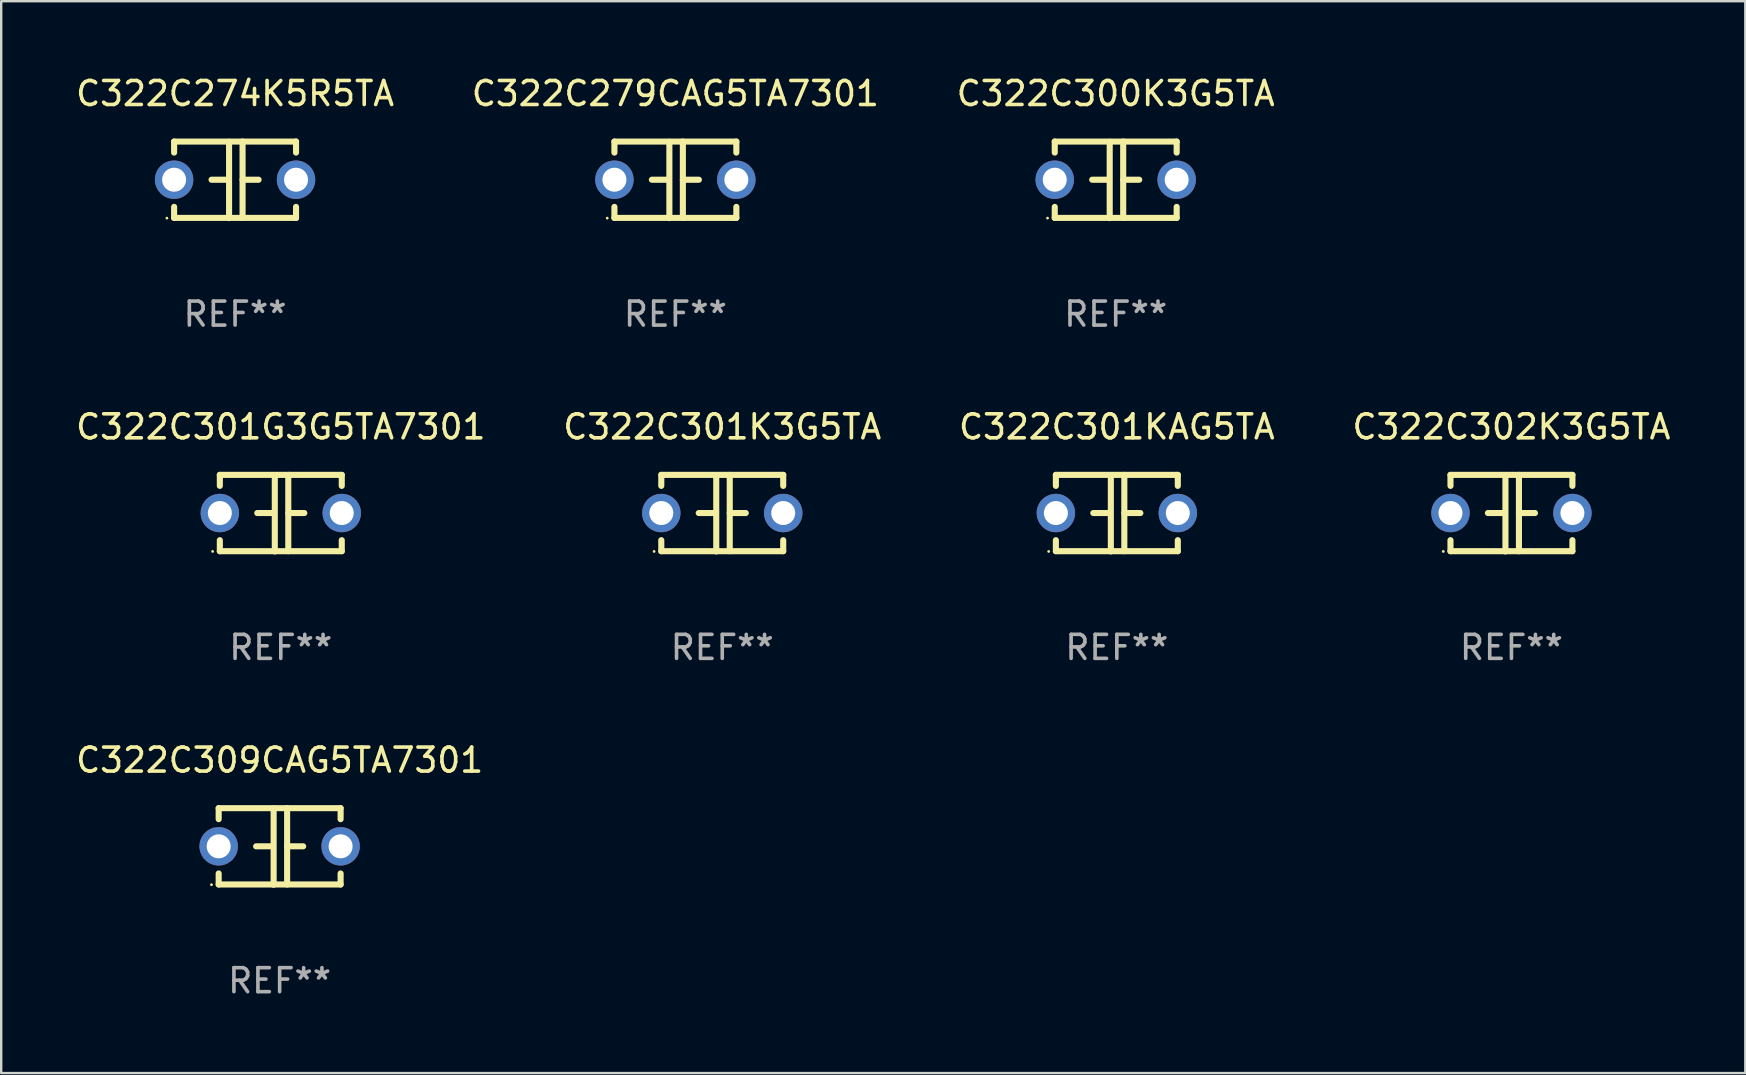
<source format=kicad_pcb>
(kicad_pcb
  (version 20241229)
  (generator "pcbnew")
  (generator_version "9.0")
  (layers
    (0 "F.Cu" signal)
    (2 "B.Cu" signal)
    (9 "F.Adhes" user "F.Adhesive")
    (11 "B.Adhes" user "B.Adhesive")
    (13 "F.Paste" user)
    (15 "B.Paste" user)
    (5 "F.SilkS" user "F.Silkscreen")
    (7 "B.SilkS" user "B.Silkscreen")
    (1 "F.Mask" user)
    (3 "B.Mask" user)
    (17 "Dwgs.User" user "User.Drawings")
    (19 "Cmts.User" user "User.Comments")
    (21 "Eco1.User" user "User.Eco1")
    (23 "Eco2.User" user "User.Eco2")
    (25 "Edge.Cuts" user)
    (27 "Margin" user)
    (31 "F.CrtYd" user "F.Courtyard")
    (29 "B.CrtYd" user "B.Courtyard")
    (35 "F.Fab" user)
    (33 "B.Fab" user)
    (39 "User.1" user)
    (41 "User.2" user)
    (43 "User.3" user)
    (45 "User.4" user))
  (footprint "C322C302K3G5TA"
    (layer "F.Cu")
    (at 59.923 18.33)
    (property "Reference" "C322C302K3G5TA" (at 0 -3.595 0) (layer "F.SilkS") (effects (font (size 1 1) (thickness 0.15))))
    (attr through_hole)
    (fp_line (start -2.54 -1.595) (end -2.54 -1.136) (stroke (width 0.254) (type solid)) (layer "F.SilkS"))
    (fp_line (start -2.54 -1.595) (end 2.54 -1.595) (stroke (width 0.254) (type solid)) (layer "F.SilkS"))
    (fp_line (start -2.54 1.126) (end -2.54 1.585) (stroke (width 0.254) (type solid)) (layer "F.SilkS"))
    (fp_line (start -0.312 -0.005) (end -0.98 -0.005) (stroke (width 0.254) (type solid)) (layer "F.SilkS"))
    (fp_line (start -0.25 -1.585) (end -0.25 1.595) (stroke (width 0.254) (type solid)) (layer "F.SilkS"))
    (fp_line (start 0.312 -1.595) (end 0.312 1.585) (stroke (width 0.254) (type solid)) (layer "F.SilkS"))
    (fp_line (start 0.312 -0.005) (end 0.98 -0.005) (stroke (width 0.254) (type solid)) (layer "F.SilkS"))
    (fp_line (start 2.54 -1.595) (end 2.54 -1.136) (stroke (width 0.254) (type solid)) (layer "F.SilkS"))
    (fp_line (start 2.54 1.126) (end 2.54 1.585) (stroke (width 0.254) (type solid)) (layer "F.SilkS"))
    (fp_line (start 2.54 1.585) (end -2.54 1.585) (stroke (width 0.254) (type solid)) (layer "F.SilkS"))
    (fp_circle (center -2.84 1.595) (end -2.81 1.595) (stroke (width 0.06) (type solid)) (fill no) (layer "F.SilkS"))
    (fp_text user "REF**" (at 0 5.595 0) (layer "F.Fab") (effects (font (size 1 1) (thickness 0.15))))
    (pad "1" thru_hole circle (at -2.54 -0.005) (size 1.6 1.6) (drill 1) (layers "*.Cu" "*.Mask"))
    (pad "2" thru_hole circle (at 2.54 -0.005) (size 1.6 1.6) (drill 1) (layers "*.Cu" "*.Mask")))
  (footprint "C322C301G3G5TA7301"
    (layer "F.Cu")
    (at 8.649 18.33)
    (property "Reference" "C322C301G3G5TA7301" (at 0 -3.595 0) (layer "F.SilkS") (effects (font (size 1 1) (thickness 0.15))))
    (attr through_hole)
    (fp_line (start -2.54 -1.595) (end -2.54 -1.136) (stroke (width 0.254) (type solid)) (layer "F.SilkS"))
    (fp_line (start -2.54 -1.595) (end 2.54 -1.595) (stroke (width 0.254) (type solid)) (layer "F.SilkS"))
    (fp_line (start -2.54 1.126) (end -2.54 1.585) (stroke (width 0.254) (type solid)) (layer "F.SilkS"))
    (fp_line (start -0.312 -0.005) (end -0.98 -0.005) (stroke (width 0.254) (type solid)) (layer "F.SilkS"))
    (fp_line (start -0.25 -1.585) (end -0.25 1.595) (stroke (width 0.254) (type solid)) (layer "F.SilkS"))
    (fp_line (start 0.312 -1.595) (end 0.312 1.585) (stroke (width 0.254) (type solid)) (layer "F.SilkS"))
    (fp_line (start 0.312 -0.005) (end 0.98 -0.005) (stroke (width 0.254) (type solid)) (layer "F.SilkS"))
    (fp_line (start 2.54 -1.595) (end 2.54 -1.136) (stroke (width 0.254) (type solid)) (layer "F.SilkS"))
    (fp_line (start 2.54 1.126) (end 2.54 1.585) (stroke (width 0.254) (type solid)) (layer "F.SilkS"))
    (fp_line (start 2.54 1.585) (end -2.54 1.585) (stroke (width 0.254) (type solid)) (layer "F.SilkS"))
    (fp_circle (center -2.84 1.595) (end -2.81 1.595) (stroke (width 0.06) (type solid)) (fill no) (layer "F.SilkS"))
    (fp_text user "REF**" (at 0 5.595 0) (layer "F.Fab") (effects (font (size 1 1) (thickness 0.15))))
    (pad "1" thru_hole circle (at -2.54 -0.005) (size 1.6 1.6) (drill 1) (layers "*.Cu" "*.Mask"))
    (pad "2" thru_hole circle (at 2.54 -0.005) (size 1.6 1.6) (drill 1) (layers "*.Cu" "*.Mask")))
  (footprint "C322C279CAG5TA7301"
    (layer "F.Cu")
    (at 25.089 4.443)
    (property "Reference" "C322C279CAG5TA7301" (at 0 -3.595 0) (layer "F.SilkS") (effects (font (size 1 1) (thickness 0.15))))
    (attr through_hole)
    (fp_line (start -2.54 -1.595) (end -2.54 -1.136) (stroke (width 0.254) (type solid)) (layer "F.SilkS"))
    (fp_line (start -2.54 -1.595) (end 2.54 -1.595) (stroke (width 0.254) (type solid)) (layer "F.SilkS"))
    (fp_line (start -2.54 1.126) (end -2.54 1.585) (stroke (width 0.254) (type solid)) (layer "F.SilkS"))
    (fp_line (start -0.312 -0.005) (end -0.98 -0.005) (stroke (width 0.254) (type solid)) (layer "F.SilkS"))
    (fp_line (start -0.25 -1.585) (end -0.25 1.595) (stroke (width 0.254) (type solid)) (layer "F.SilkS"))
    (fp_line (start 0.312 -1.595) (end 0.312 1.585) (stroke (width 0.254) (type solid)) (layer "F.SilkS"))
    (fp_line (start 0.312 -0.005) (end 0.98 -0.005) (stroke (width 0.254) (type solid)) (layer "F.SilkS"))
    (fp_line (start 2.54 -1.595) (end 2.54 -1.136) (stroke (width 0.254) (type solid)) (layer "F.SilkS"))
    (fp_line (start 2.54 1.126) (end 2.54 1.585) (stroke (width 0.254) (type solid)) (layer "F.SilkS"))
    (fp_line (start 2.54 1.585) (end -2.54 1.585) (stroke (width 0.254) (type solid)) (layer "F.SilkS"))
    (fp_circle (center -2.84 1.595) (end -2.81 1.595) (stroke (width 0.06) (type solid)) (fill no) (layer "F.SilkS"))
    (fp_text user "REF**" (at 0 5.595 0) (layer "F.Fab") (effects (font (size 1 1) (thickness 0.15))))
    (pad "1" thru_hole circle (at -2.54 -0.005) (size 1.6 1.6) (drill 1) (layers "*.Cu" "*.Mask"))
    (pad "2" thru_hole circle (at 2.54 -0.005) (size 1.6 1.6) (drill 1) (layers "*.Cu" "*.Mask")))
  (footprint "C322C300K3G5TA"
    (layer "F.Cu")
    (at 43.435 4.443)
    (property "Reference" "C322C300K3G5TA" (at 0 -3.595 0) (layer "F.SilkS") (effects (font (size 1 1) (thickness 0.15))))
    (attr through_hole)
    (fp_line (start -2.54 -1.595) (end -2.54 -1.136) (stroke (width 0.254) (type solid)) (layer "F.SilkS"))
    (fp_line (start -2.54 -1.595) (end 2.54 -1.595) (stroke (width 0.254) (type solid)) (layer "F.SilkS"))
    (fp_line (start -2.54 1.126) (end -2.54 1.585) (stroke (width 0.254) (type solid)) (layer "F.SilkS"))
    (fp_line (start -0.312 -0.005) (end -0.98 -0.005) (stroke (width 0.254) (type solid)) (layer "F.SilkS"))
    (fp_line (start -0.25 -1.585) (end -0.25 1.595) (stroke (width 0.254) (type solid)) (layer "F.SilkS"))
    (fp_line (start 0.312 -1.595) (end 0.312 1.585) (stroke (width 0.254) (type solid)) (layer "F.SilkS"))
    (fp_line (start 0.312 -0.005) (end 0.98 -0.005) (stroke (width 0.254) (type solid)) (layer "F.SilkS"))
    (fp_line (start 2.54 -1.595) (end 2.54 -1.136) (stroke (width 0.254) (type solid)) (layer "F.SilkS"))
    (fp_line (start 2.54 1.126) (end 2.54 1.585) (stroke (width 0.254) (type solid)) (layer "F.SilkS"))
    (fp_line (start 2.54 1.585) (end -2.54 1.585) (stroke (width 0.254) (type solid)) (layer "F.SilkS"))
    (fp_circle (center -2.84 1.595) (end -2.81 1.595) (stroke (width 0.06) (type solid)) (fill no) (layer "F.SilkS"))
    (fp_text user "REF**" (at 0 5.595 0) (layer "F.Fab") (effects (font (size 1 1) (thickness 0.15))))
    (pad "1" thru_hole circle (at -2.54 -0.005) (size 1.6 1.6) (drill 1) (layers "*.Cu" "*.Mask"))
    (pad "2" thru_hole circle (at 2.54 -0.005) (size 1.6 1.6) (drill 1) (layers "*.Cu" "*.Mask")))
  (footprint "C322C301K3G5TA"
    (layer "F.Cu")
    (at 27.042 18.33)
    (property "Reference" "C322C301K3G5TA" (at 0 -3.595 0) (layer "F.SilkS") (effects (font (size 1 1) (thickness 0.15))))
    (attr through_hole)
    (fp_line (start -2.54 -1.595) (end -2.54 -1.136) (stroke (width 0.254) (type solid)) (layer "F.SilkS"))
    (fp_line (start -2.54 -1.595) (end 2.54 -1.595) (stroke (width 0.254) (type solid)) (layer "F.SilkS"))
    (fp_line (start -2.54 1.126) (end -2.54 1.585) (stroke (width 0.254) (type solid)) (layer "F.SilkS"))
    (fp_line (start -0.312 -0.005) (end -0.98 -0.005) (stroke (width 0.254) (type solid)) (layer "F.SilkS"))
    (fp_line (start -0.25 -1.585) (end -0.25 1.595) (stroke (width 0.254) (type solid)) (layer "F.SilkS"))
    (fp_line (start 0.312 -1.595) (end 0.312 1.585) (stroke (width 0.254) (type solid)) (layer "F.SilkS"))
    (fp_line (start 0.312 -0.005) (end 0.98 -0.005) (stroke (width 0.254) (type solid)) (layer "F.SilkS"))
    (fp_line (start 2.54 -1.595) (end 2.54 -1.136) (stroke (width 0.254) (type solid)) (layer "F.SilkS"))
    (fp_line (start 2.54 1.126) (end 2.54 1.585) (stroke (width 0.254) (type solid)) (layer "F.SilkS"))
    (fp_line (start 2.54 1.585) (end -2.54 1.585) (stroke (width 0.254) (type solid)) (layer "F.SilkS"))
    (fp_circle (center -2.84 1.595) (end -2.81 1.595) (stroke (width 0.06) (type solid)) (fill no) (layer "F.SilkS"))
    (fp_text user "REF**" (at 0 5.595 0) (layer "F.Fab") (effects (font (size 1 1) (thickness 0.15))))
    (pad "1" thru_hole circle (at -2.54 -0.005) (size 1.6 1.6) (drill 1) (layers "*.Cu" "*.Mask"))
    (pad "2" thru_hole circle (at 2.54 -0.005) (size 1.6 1.6) (drill 1) (layers "*.Cu" "*.Mask")))
  (footprint "C322C301KAG5TA"
    (layer "F.Cu")
    (at 43.482 18.33)
    (property "Reference" "C322C301KAG5TA" (at 0 -3.595 0) (layer "F.SilkS") (effects (font (size 1 1) (thickness 0.15))))
    (attr through_hole)
    (fp_line (start -2.54 -1.595) (end -2.54 -1.136) (stroke (width 0.254) (type solid)) (layer "F.SilkS"))
    (fp_line (start -2.54 -1.595) (end 2.54 -1.595) (stroke (width 0.254) (type solid)) (layer "F.SilkS"))
    (fp_line (start -2.54 1.126) (end -2.54 1.585) (stroke (width 0.254) (type solid)) (layer "F.SilkS"))
    (fp_line (start -0.312 -0.005) (end -0.98 -0.005) (stroke (width 0.254) (type solid)) (layer "F.SilkS"))
    (fp_line (start -0.25 -1.585) (end -0.25 1.595) (stroke (width 0.254) (type solid)) (layer "F.SilkS"))
    (fp_line (start 0.312 -1.595) (end 0.312 1.585) (stroke (width 0.254) (type solid)) (layer "F.SilkS"))
    (fp_line (start 0.312 -0.005) (end 0.98 -0.005) (stroke (width 0.254) (type solid)) (layer "F.SilkS"))
    (fp_line (start 2.54 -1.595) (end 2.54 -1.136) (stroke (width 0.254) (type solid)) (layer "F.SilkS"))
    (fp_line (start 2.54 1.126) (end 2.54 1.585) (stroke (width 0.254) (type solid)) (layer "F.SilkS"))
    (fp_line (start 2.54 1.585) (end -2.54 1.585) (stroke (width 0.254) (type solid)) (layer "F.SilkS"))
    (fp_circle (center -2.84 1.595) (end -2.81 1.595) (stroke (width 0.06) (type solid)) (fill no) (layer "F.SilkS"))
    (fp_text user "REF**" (at 0 5.595 0) (layer "F.Fab") (effects (font (size 1 1) (thickness 0.15))))
    (pad "1" thru_hole circle (at -2.54 -0.005) (size 1.6 1.6) (drill 1) (layers "*.Cu" "*.Mask"))
    (pad "2" thru_hole circle (at 2.54 -0.005) (size 1.6 1.6) (drill 1) (layers "*.Cu" "*.Mask")))
  (footprint "C322C309CAG5TA7301"
    (layer "F.Cu")
    (at 8.601 32.216)
    (property "Reference" "C322C309CAG5TA7301" (at 0 -3.595 0) (layer "F.SilkS") (effects (font (size 1 1) (thickness 0.15))))
    (attr through_hole)
    (fp_line (start -2.54 -1.595) (end -2.54 -1.136) (stroke (width 0.254) (type solid)) (layer "F.SilkS"))
    (fp_line (start -2.54 -1.595) (end 2.54 -1.595) (stroke (width 0.254) (type solid)) (layer "F.SilkS"))
    (fp_line (start -2.54 1.126) (end -2.54 1.585) (stroke (width 0.254) (type solid)) (layer "F.SilkS"))
    (fp_line (start -0.312 -0.005) (end -0.98 -0.005) (stroke (width 0.254) (type solid)) (layer "F.SilkS"))
    (fp_line (start -0.25 -1.585) (end -0.25 1.595) (stroke (width 0.254) (type solid)) (layer "F.SilkS"))
    (fp_line (start 0.312 -1.595) (end 0.312 1.585) (stroke (width 0.254) (type solid)) (layer "F.SilkS"))
    (fp_line (start 0.312 -0.005) (end 0.98 -0.005) (stroke (width 0.254) (type solid)) (layer "F.SilkS"))
    (fp_line (start 2.54 -1.595) (end 2.54 -1.136) (stroke (width 0.254) (type solid)) (layer "F.SilkS"))
    (fp_line (start 2.54 1.126) (end 2.54 1.585) (stroke (width 0.254) (type solid)) (layer "F.SilkS"))
    (fp_line (start 2.54 1.585) (end -2.54 1.585) (stroke (width 0.254) (type solid)) (layer "F.SilkS"))
    (fp_circle (center -2.84 1.595) (end -2.81 1.595) (stroke (width 0.06) (type solid)) (fill no) (layer "F.SilkS"))
    (fp_text user "REF**" (at 0 5.595 0) (layer "F.Fab") (effects (font (size 1 1) (thickness 0.15))))
    (pad "1" thru_hole circle (at -2.54 -0.005) (size 1.6 1.6) (drill 1) (layers "*.Cu" "*.Mask"))
    (pad "2" thru_hole circle (at 2.54 -0.005) (size 1.6 1.6) (drill 1) (layers "*.Cu" "*.Mask")))
  (footprint "C322C274K5R5TA"
    (layer "F.Cu")
    (at 6.744 4.443)
    (property "Reference" "C322C274K5R5TA" (at 0 -3.595 0) (layer "F.SilkS") (effects (font (size 1 1) (thickness 0.15))))
    (attr through_hole)
    (fp_line (start -2.54 -1.595) (end -2.54 -1.136) (stroke (width 0.254) (type solid)) (layer "F.SilkS"))
    (fp_line (start -2.54 -1.595) (end 2.54 -1.595) (stroke (width 0.254) (type solid)) (layer "F.SilkS"))
    (fp_line (start -2.54 1.126) (end -2.54 1.585) (stroke (width 0.254) (type solid)) (layer "F.SilkS"))
    (fp_line (start -0.312 -0.005) (end -0.98 -0.005) (stroke (width 0.254) (type solid)) (layer "F.SilkS"))
    (fp_line (start -0.25 -1.585) (end -0.25 1.595) (stroke (width 0.254) (type solid)) (layer "F.SilkS"))
    (fp_line (start 0.312 -1.595) (end 0.312 1.585) (stroke (width 0.254) (type solid)) (layer "F.SilkS"))
    (fp_line (start 0.312 -0.005) (end 0.98 -0.005) (stroke (width 0.254) (type solid)) (layer "F.SilkS"))
    (fp_line (start 2.54 -1.595) (end 2.54 -1.136) (stroke (width 0.254) (type solid)) (layer "F.SilkS"))
    (fp_line (start 2.54 1.126) (end 2.54 1.585) (stroke (width 0.254) (type solid)) (layer "F.SilkS"))
    (fp_line (start 2.54 1.585) (end -2.54 1.585) (stroke (width 0.254) (type solid)) (layer "F.SilkS"))
    (fp_circle (center -2.84 1.595) (end -2.81 1.595) (stroke (width 0.06) (type solid)) (fill no) (layer "F.SilkS"))
    (fp_text user "REF**" (at 0 5.595 0) (layer "F.Fab") (effects (font (size 1 1) (thickness 0.15))))
    (pad "1" thru_hole circle (at -2.54 -0.005) (size 1.6 1.6) (drill 1) (layers "*.Cu" "*.Mask"))
    (pad "2" thru_hole circle (at 2.54 -0.005) (size 1.6 1.6) (drill 1) (layers "*.Cu" "*.Mask")))
  (gr_rect
    (start -3 -3)
    (end 69.667 41.659)
    (stroke (width 0.1) (type default))
    (fill no)
    (layer "Edge.Cuts")))
</source>
